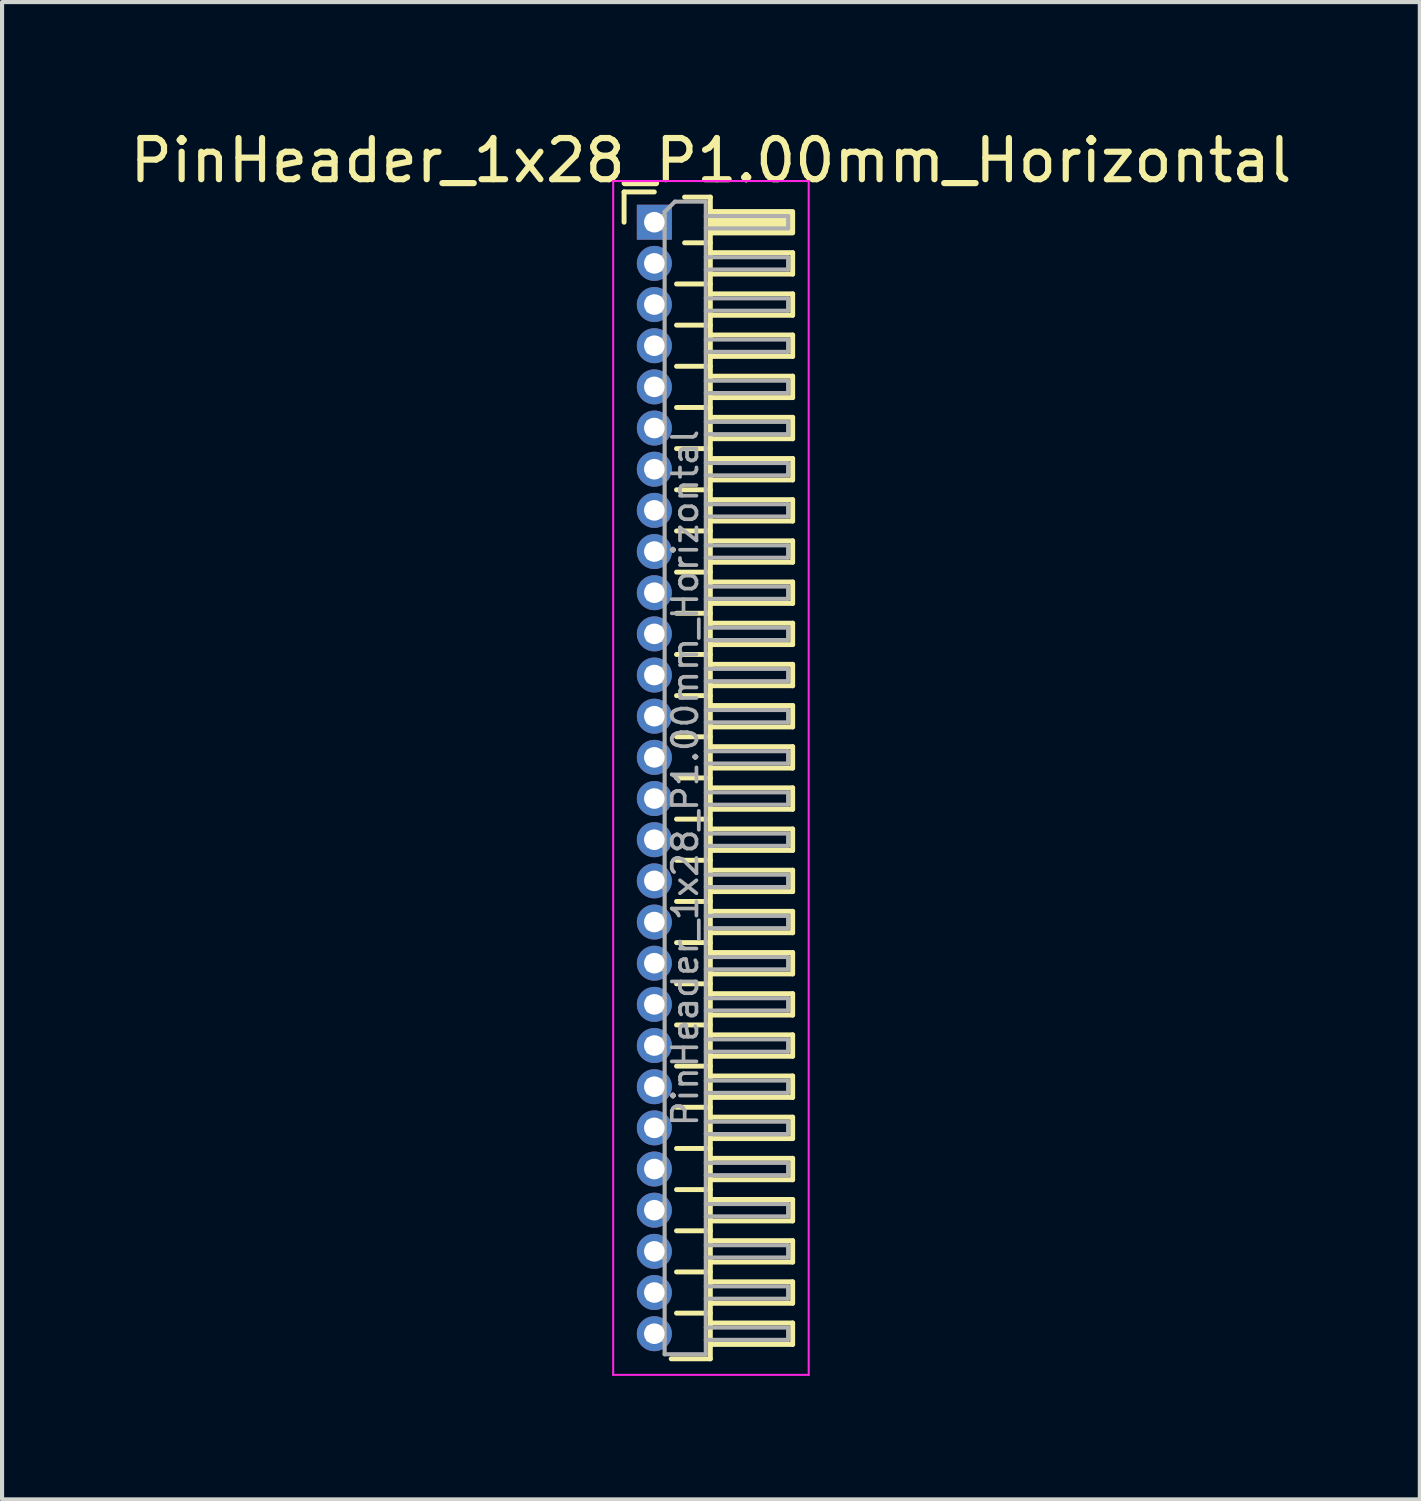
<source format=kicad_pcb>
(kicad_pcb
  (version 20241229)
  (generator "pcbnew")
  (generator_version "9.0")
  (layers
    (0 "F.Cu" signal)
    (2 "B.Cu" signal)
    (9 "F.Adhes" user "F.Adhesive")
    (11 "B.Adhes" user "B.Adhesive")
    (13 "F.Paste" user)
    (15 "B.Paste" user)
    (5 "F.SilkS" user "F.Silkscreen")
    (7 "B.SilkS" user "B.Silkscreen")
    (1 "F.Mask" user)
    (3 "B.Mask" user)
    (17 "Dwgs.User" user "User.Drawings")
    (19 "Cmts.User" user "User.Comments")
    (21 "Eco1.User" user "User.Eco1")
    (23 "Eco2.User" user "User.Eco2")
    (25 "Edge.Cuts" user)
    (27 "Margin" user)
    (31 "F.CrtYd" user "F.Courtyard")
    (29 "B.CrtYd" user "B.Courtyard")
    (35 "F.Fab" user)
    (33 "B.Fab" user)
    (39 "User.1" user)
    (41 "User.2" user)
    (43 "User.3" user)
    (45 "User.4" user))
  (footprint "PinHeader_1x28_P1.00mm_Horizontal"
    (layer "F.Cu")
    (at 12.845 2.348)
    (property "Reference" "PinHeader_1x28_P1.00mm_Horizontal" (at 1.375 -1.5 0) (layer "F.SilkS") (effects (font (size 1 1) (thickness 0.15))))
    (attr through_hole)
    (fp_line (start -0.735 -0.735) (end 0 -0.735) (stroke (width 0.12) (type solid)) (layer "F.SilkS"))
    (fp_line (start -0.735 0) (end -0.735 -0.735) (stroke (width 0.12) (type solid)) (layer "F.SilkS"))
    (fp_line (start 0.539 1.5) (end 1.36 1.5) (stroke (width 0.12) (type solid)) (layer "F.SilkS"))
    (fp_line (start 0.539 2.5) (end 1.36 2.5) (stroke (width 0.12) (type solid)) (layer "F.SilkS"))
    (fp_line (start 0.539 3.5) (end 1.36 3.5) (stroke (width 0.12) (type solid)) (layer "F.SilkS"))
    (fp_line (start 0.539 4.5) (end 1.36 4.5) (stroke (width 0.12) (type solid)) (layer "F.SilkS"))
    (fp_line (start 0.539 5.5) (end 1.36 5.5) (stroke (width 0.12) (type solid)) (layer "F.SilkS"))
    (fp_line (start 0.539 6.5) (end 1.36 6.5) (stroke (width 0.12) (type solid)) (layer "F.SilkS"))
    (fp_line (start 0.539 7.5) (end 1.36 7.5) (stroke (width 0.12) (type solid)) (layer "F.SilkS"))
    (fp_line (start 0.539 8.5) (end 1.36 8.5) (stroke (width 0.12) (type solid)) (layer "F.SilkS"))
    (fp_line (start 0.539 9.5) (end 1.36 9.5) (stroke (width 0.12) (type solid)) (layer "F.SilkS"))
    (fp_line (start 0.539 10.5) (end 1.36 10.5) (stroke (width 0.12) (type solid)) (layer "F.SilkS"))
    (fp_line (start 0.539 11.5) (end 1.36 11.5) (stroke (width 0.12) (type solid)) (layer "F.SilkS"))
    (fp_line (start 0.539 12.5) (end 1.36 12.5) (stroke (width 0.12) (type solid)) (layer "F.SilkS"))
    (fp_line (start 0.539 13.5) (end 1.36 13.5) (stroke (width 0.12) (type solid)) (layer "F.SilkS"))
    (fp_line (start 0.539 14.5) (end 1.36 14.5) (stroke (width 0.12) (type solid)) (layer "F.SilkS"))
    (fp_line (start 0.539 15.5) (end 1.36 15.5) (stroke (width 0.12) (type solid)) (layer "F.SilkS"))
    (fp_line (start 0.539 16.5) (end 1.36 16.5) (stroke (width 0.12) (type solid)) (layer "F.SilkS"))
    (fp_line (start 0.539 17.5) (end 1.36 17.5) (stroke (width 0.12) (type solid)) (layer "F.SilkS"))
    (fp_line (start 0.539 18.5) (end 1.36 18.5) (stroke (width 0.12) (type solid)) (layer "F.SilkS"))
    (fp_line (start 0.539 19.5) (end 1.36 19.5) (stroke (width 0.12) (type solid)) (layer "F.SilkS"))
    (fp_line (start 0.539 20.5) (end 1.36 20.5) (stroke (width 0.12) (type solid)) (layer "F.SilkS"))
    (fp_line (start 0.539 21.5) (end 1.36 21.5) (stroke (width 0.12) (type solid)) (layer "F.SilkS"))
    (fp_line (start 0.539 22.5) (end 1.36 22.5) (stroke (width 0.12) (type solid)) (layer "F.SilkS"))
    (fp_line (start 0.539 23.5) (end 1.36 23.5) (stroke (width 0.12) (type solid)) (layer "F.SilkS"))
    (fp_line (start 0.539 24.5) (end 1.36 24.5) (stroke (width 0.12) (type solid)) (layer "F.SilkS"))
    (fp_line (start 0.539 25.5) (end 1.36 25.5) (stroke (width 0.12) (type solid)) (layer "F.SilkS"))
    (fp_line (start 0.539 26.5) (end 1.36 26.5) (stroke (width 0.12) (type solid)) (layer "F.SilkS"))
    (fp_line (start 0.735 -0.61) (end 1.36 -0.61) (stroke (width 0.12) (type solid)) (layer "F.SilkS"))
    (fp_line (start 0.735 0.5) (end 1.36 0.5) (stroke (width 0.12) (type solid)) (layer "F.SilkS"))
    (fp_line (start 1.36 -0.61) (end 1.36 27.61) (stroke (width 0.12) (type solid)) (layer "F.SilkS"))
    (fp_line (start 1.36 0.74) (end 3.36 0.74) (stroke (width 0.12) (type solid)) (layer "F.SilkS"))
    (fp_line (start 1.36 1.74) (end 3.36 1.74) (stroke (width 0.12) (type solid)) (layer "F.SilkS"))
    (fp_line (start 1.36 2.74) (end 3.36 2.74) (stroke (width 0.12) (type solid)) (layer "F.SilkS"))
    (fp_line (start 1.36 3.74) (end 3.36 3.74) (stroke (width 0.12) (type solid)) (layer "F.SilkS"))
    (fp_line (start 1.36 4.74) (end 3.36 4.74) (stroke (width 0.12) (type solid)) (layer "F.SilkS"))
    (fp_line (start 1.36 5.74) (end 3.36 5.74) (stroke (width 0.12) (type solid)) (layer "F.SilkS"))
    (fp_line (start 1.36 6.74) (end 3.36 6.74) (stroke (width 0.12) (type solid)) (layer "F.SilkS"))
    (fp_line (start 1.36 7.74) (end 3.36 7.74) (stroke (width 0.12) (type solid)) (layer "F.SilkS"))
    (fp_line (start 1.36 8.74) (end 3.36 8.74) (stroke (width 0.12) (type solid)) (layer "F.SilkS"))
    (fp_line (start 1.36 9.74) (end 3.36 9.74) (stroke (width 0.12) (type solid)) (layer "F.SilkS"))
    (fp_line (start 1.36 10.74) (end 3.36 10.74) (stroke (width 0.12) (type solid)) (layer "F.SilkS"))
    (fp_line (start 1.36 11.74) (end 3.36 11.74) (stroke (width 0.12) (type solid)) (layer "F.SilkS"))
    (fp_line (start 1.36 12.74) (end 3.36 12.74) (stroke (width 0.12) (type solid)) (layer "F.SilkS"))
    (fp_line (start 1.36 13.74) (end 3.36 13.74) (stroke (width 0.12) (type solid)) (layer "F.SilkS"))
    (fp_line (start 1.36 14.74) (end 3.36 14.74) (stroke (width 0.12) (type solid)) (layer "F.SilkS"))
    (fp_line (start 1.36 15.74) (end 3.36 15.74) (stroke (width 0.12) (type solid)) (layer "F.SilkS"))
    (fp_line (start 1.36 16.74) (end 3.36 16.74) (stroke (width 0.12) (type solid)) (layer "F.SilkS"))
    (fp_line (start 1.36 17.74) (end 3.36 17.74) (stroke (width 0.12) (type solid)) (layer "F.SilkS"))
    (fp_line (start 1.36 18.74) (end 3.36 18.74) (stroke (width 0.12) (type solid)) (layer "F.SilkS"))
    (fp_line (start 1.36 19.74) (end 3.36 19.74) (stroke (width 0.12) (type solid)) (layer "F.SilkS"))
    (fp_line (start 1.36 20.74) (end 3.36 20.74) (stroke (width 0.12) (type solid)) (layer "F.SilkS"))
    (fp_line (start 1.36 21.74) (end 3.36 21.74) (stroke (width 0.12) (type solid)) (layer "F.SilkS"))
    (fp_line (start 1.36 22.74) (end 3.36 22.74) (stroke (width 0.12) (type solid)) (layer "F.SilkS"))
    (fp_line (start 1.36 23.74) (end 3.36 23.74) (stroke (width 0.12) (type solid)) (layer "F.SilkS"))
    (fp_line (start 1.36 24.74) (end 3.36 24.74) (stroke (width 0.12) (type solid)) (layer "F.SilkS"))
    (fp_line (start 1.36 25.74) (end 3.36 25.74) (stroke (width 0.12) (type solid)) (layer "F.SilkS"))
    (fp_line (start 1.36 26.74) (end 3.36 26.74) (stroke (width 0.12) (type solid)) (layer "F.SilkS"))
    (fp_line (start 1.36 27.61) (end 0.41 27.61) (stroke (width 0.12) (type solid)) (layer "F.SilkS"))
    (fp_line (start 3.36 0.74) (end 3.36 1.26) (stroke (width 0.12) (type solid)) (layer "F.SilkS"))
    (fp_line (start 3.36 1.26) (end 1.36 1.26) (stroke (width 0.12) (type solid)) (layer "F.SilkS"))
    (fp_line (start 3.36 1.74) (end 3.36 2.26) (stroke (width 0.12) (type solid)) (layer "F.SilkS"))
    (fp_line (start 3.36 2.26) (end 1.36 2.26) (stroke (width 0.12) (type solid)) (layer "F.SilkS"))
    (fp_line (start 3.36 2.74) (end 3.36 3.26) (stroke (width 0.12) (type solid)) (layer "F.SilkS"))
    (fp_line (start 3.36 3.26) (end 1.36 3.26) (stroke (width 0.12) (type solid)) (layer "F.SilkS"))
    (fp_line (start 3.36 3.74) (end 3.36 4.26) (stroke (width 0.12) (type solid)) (layer "F.SilkS"))
    (fp_line (start 3.36 4.26) (end 1.36 4.26) (stroke (width 0.12) (type solid)) (layer "F.SilkS"))
    (fp_line (start 3.36 4.74) (end 3.36 5.26) (stroke (width 0.12) (type solid)) (layer "F.SilkS"))
    (fp_line (start 3.36 5.26) (end 1.36 5.26) (stroke (width 0.12) (type solid)) (layer "F.SilkS"))
    (fp_line (start 3.36 5.74) (end 3.36 6.26) (stroke (width 0.12) (type solid)) (layer "F.SilkS"))
    (fp_line (start 3.36 6.26) (end 1.36 6.26) (stroke (width 0.12) (type solid)) (layer "F.SilkS"))
    (fp_line (start 3.36 6.74) (end 3.36 7.26) (stroke (width 0.12) (type solid)) (layer "F.SilkS"))
    (fp_line (start 3.36 7.26) (end 1.36 7.26) (stroke (width 0.12) (type solid)) (layer "F.SilkS"))
    (fp_line (start 3.36 7.74) (end 3.36 8.26) (stroke (width 0.12) (type solid)) (layer "F.SilkS"))
    (fp_line (start 3.36 8.26) (end 1.36 8.26) (stroke (width 0.12) (type solid)) (layer "F.SilkS"))
    (fp_line (start 3.36 8.74) (end 3.36 9.26) (stroke (width 0.12) (type solid)) (layer "F.SilkS"))
    (fp_line (start 3.36 9.26) (end 1.36 9.26) (stroke (width 0.12) (type solid)) (layer "F.SilkS"))
    (fp_line (start 3.36 9.74) (end 3.36 10.26) (stroke (width 0.12) (type solid)) (layer "F.SilkS"))
    (fp_line (start 3.36 10.26) (end 1.36 10.26) (stroke (width 0.12) (type solid)) (layer "F.SilkS"))
    (fp_line (start 3.36 10.74) (end 3.36 11.26) (stroke (width 0.12) (type solid)) (layer "F.SilkS"))
    (fp_line (start 3.36 11.26) (end 1.36 11.26) (stroke (width 0.12) (type solid)) (layer "F.SilkS"))
    (fp_line (start 3.36 11.74) (end 3.36 12.26) (stroke (width 0.12) (type solid)) (layer "F.SilkS"))
    (fp_line (start 3.36 12.26) (end 1.36 12.26) (stroke (width 0.12) (type solid)) (layer "F.SilkS"))
    (fp_line (start 3.36 12.74) (end 3.36 13.26) (stroke (width 0.12) (type solid)) (layer "F.SilkS"))
    (fp_line (start 3.36 13.26) (end 1.36 13.26) (stroke (width 0.12) (type solid)) (layer "F.SilkS"))
    (fp_line (start 3.36 13.74) (end 3.36 14.26) (stroke (width 0.12) (type solid)) (layer "F.SilkS"))
    (fp_line (start 3.36 14.26) (end 1.36 14.26) (stroke (width 0.12) (type solid)) (layer "F.SilkS"))
    (fp_line (start 3.36 14.74) (end 3.36 15.26) (stroke (width 0.12) (type solid)) (layer "F.SilkS"))
    (fp_line (start 3.36 15.26) (end 1.36 15.26) (stroke (width 0.12) (type solid)) (layer "F.SilkS"))
    (fp_line (start 3.36 15.74) (end 3.36 16.26) (stroke (width 0.12) (type solid)) (layer "F.SilkS"))
    (fp_line (start 3.36 16.26) (end 1.36 16.26) (stroke (width 0.12) (type solid)) (layer "F.SilkS"))
    (fp_line (start 3.36 16.74) (end 3.36 17.26) (stroke (width 0.12) (type solid)) (layer "F.SilkS"))
    (fp_line (start 3.36 17.26) (end 1.36 17.26) (stroke (width 0.12) (type solid)) (layer "F.SilkS"))
    (fp_line (start 3.36 17.74) (end 3.36 18.26) (stroke (width 0.12) (type solid)) (layer "F.SilkS"))
    (fp_line (start 3.36 18.26) (end 1.36 18.26) (stroke (width 0.12) (type solid)) (layer "F.SilkS"))
    (fp_line (start 3.36 18.74) (end 3.36 19.26) (stroke (width 0.12) (type solid)) (layer "F.SilkS"))
    (fp_line (start 3.36 19.26) (end 1.36 19.26) (stroke (width 0.12) (type solid)) (layer "F.SilkS"))
    (fp_line (start 3.36 19.74) (end 3.36 20.26) (stroke (width 0.12) (type solid)) (layer "F.SilkS"))
    (fp_line (start 3.36 20.26) (end 1.36 20.26) (stroke (width 0.12) (type solid)) (layer "F.SilkS"))
    (fp_line (start 3.36 20.74) (end 3.36 21.26) (stroke (width 0.12) (type solid)) (layer "F.SilkS"))
    (fp_line (start 3.36 21.26) (end 1.36 21.26) (stroke (width 0.12) (type solid)) (layer "F.SilkS"))
    (fp_line (start 3.36 21.74) (end 3.36 22.26) (stroke (width 0.12) (type solid)) (layer "F.SilkS"))
    (fp_line (start 3.36 22.26) (end 1.36 22.26) (stroke (width 0.12) (type solid)) (layer "F.SilkS"))
    (fp_line (start 3.36 22.74) (end 3.36 23.26) (stroke (width 0.12) (type solid)) (layer "F.SilkS"))
    (fp_line (start 3.36 23.26) (end 1.36 23.26) (stroke (width 0.12) (type solid)) (layer "F.SilkS"))
    (fp_line (start 3.36 23.74) (end 3.36 24.26) (stroke (width 0.12) (type solid)) (layer "F.SilkS"))
    (fp_line (start 3.36 24.26) (end 1.36 24.26) (stroke (width 0.12) (type solid)) (layer "F.SilkS"))
    (fp_line (start 3.36 24.74) (end 3.36 25.26) (stroke (width 0.12) (type solid)) (layer "F.SilkS"))
    (fp_line (start 3.36 25.26) (end 1.36 25.26) (stroke (width 0.12) (type solid)) (layer "F.SilkS"))
    (fp_line (start 3.36 25.74) (end 3.36 26.26) (stroke (width 0.12) (type solid)) (layer "F.SilkS"))
    (fp_line (start 3.36 26.26) (end 1.36 26.26) (stroke (width 0.12) (type solid)) (layer "F.SilkS"))
    (fp_line (start 3.36 26.74) (end 3.36 27.26) (stroke (width 0.12) (type solid)) (layer "F.SilkS"))
    (fp_line (start 3.36 27.26) (end 1.36 27.26) (stroke (width 0.12) (type solid)) (layer "F.SilkS"))
    (fp_rect (start 1.36 -0.26) (end 3.36 0.26) (stroke (width 0.12) (type solid)) (fill yes) (layer "F.SilkS"))
    (fp_line (start -1 -1) (end -1 28) (stroke (width 0.05) (type solid)) (layer "F.CrtYd"))
    (fp_line (start -1 28) (end 3.75 28) (stroke (width 0.05) (type solid)) (layer "F.CrtYd"))
    (fp_line (start 3.75 -1) (end -1 -1) (stroke (width 0.05) (type solid)) (layer "F.CrtYd"))
    (fp_line (start 3.75 28) (end 3.75 -1) (stroke (width 0.05) (type solid)) (layer "F.CrtYd"))
    (fp_line (start -0.15 -0.15) (end -0.15 0.15) (stroke (width 0.1) (type solid)) (layer "F.Fab"))
    (fp_line (start -0.15 -0.15) (end 0.25 -0.15) (stroke (width 0.1) (type solid)) (layer "F.Fab"))
    (fp_line (start -0.15 0.15) (end 0.25 0.15) (stroke (width 0.1) (type solid)) (layer "F.Fab"))
    (fp_line (start -0.15 0.85) (end -0.15 1.15) (stroke (width 0.1) (type solid)) (layer "F.Fab"))
    (fp_line (start -0.15 0.85) (end 0.25 0.85) (stroke (width 0.1) (type solid)) (layer "F.Fab"))
    (fp_line (start -0.15 1.15) (end 0.25 1.15) (stroke (width 0.1) (type solid)) (layer "F.Fab"))
    (fp_line (start -0.15 1.85) (end -0.15 2.15) (stroke (width 0.1) (type solid)) (layer "F.Fab"))
    (fp_line (start -0.15 1.85) (end 0.25 1.85) (stroke (width 0.1) (type solid)) (layer "F.Fab"))
    (fp_line (start -0.15 2.15) (end 0.25 2.15) (stroke (width 0.1) (type solid)) (layer "F.Fab"))
    (fp_line (start -0.15 2.85) (end -0.15 3.15) (stroke (width 0.1) (type solid)) (layer "F.Fab"))
    (fp_line (start -0.15 2.85) (end 0.25 2.85) (stroke (width 0.1) (type solid)) (layer "F.Fab"))
    (fp_line (start -0.15 3.15) (end 0.25 3.15) (stroke (width 0.1) (type solid)) (layer "F.Fab"))
    (fp_line (start -0.15 3.85) (end -0.15 4.15) (stroke (width 0.1) (type solid)) (layer "F.Fab"))
    (fp_line (start -0.15 3.85) (end 0.25 3.85) (stroke (width 0.1) (type solid)) (layer "F.Fab"))
    (fp_line (start -0.15 4.15) (end 0.25 4.15) (stroke (width 0.1) (type solid)) (layer "F.Fab"))
    (fp_line (start -0.15 4.85) (end -0.15 5.15) (stroke (width 0.1) (type solid)) (layer "F.Fab"))
    (fp_line (start -0.15 4.85) (end 0.25 4.85) (stroke (width 0.1) (type solid)) (layer "F.Fab"))
    (fp_line (start -0.15 5.15) (end 0.25 5.15) (stroke (width 0.1) (type solid)) (layer "F.Fab"))
    (fp_line (start -0.15 5.85) (end -0.15 6.15) (stroke (width 0.1) (type solid)) (layer "F.Fab"))
    (fp_line (start -0.15 5.85) (end 0.25 5.85) (stroke (width 0.1) (type solid)) (layer "F.Fab"))
    (fp_line (start -0.15 6.15) (end 0.25 6.15) (stroke (width 0.1) (type solid)) (layer "F.Fab"))
    (fp_line (start -0.15 6.85) (end -0.15 7.15) (stroke (width 0.1) (type solid)) (layer "F.Fab"))
    (fp_line (start -0.15 6.85) (end 0.25 6.85) (stroke (width 0.1) (type solid)) (layer "F.Fab"))
    (fp_line (start -0.15 7.15) (end 0.25 7.15) (stroke (width 0.1) (type solid)) (layer "F.Fab"))
    (fp_line (start -0.15 7.85) (end -0.15 8.15) (stroke (width 0.1) (type solid)) (layer "F.Fab"))
    (fp_line (start -0.15 7.85) (end 0.25 7.85) (stroke (width 0.1) (type solid)) (layer "F.Fab"))
    (fp_line (start -0.15 8.15) (end 0.25 8.15) (stroke (width 0.1) (type solid)) (layer "F.Fab"))
    (fp_line (start -0.15 8.85) (end -0.15 9.15) (stroke (width 0.1) (type solid)) (layer "F.Fab"))
    (fp_line (start -0.15 8.85) (end 0.25 8.85) (stroke (width 0.1) (type solid)) (layer "F.Fab"))
    (fp_line (start -0.15 9.15) (end 0.25 9.15) (stroke (width 0.1) (type solid)) (layer "F.Fab"))
    (fp_line (start -0.15 9.85) (end -0.15 10.15) (stroke (width 0.1) (type solid)) (layer "F.Fab"))
    (fp_line (start -0.15 9.85) (end 0.25 9.85) (stroke (width 0.1) (type solid)) (layer "F.Fab"))
    (fp_line (start -0.15 10.15) (end 0.25 10.15) (stroke (width 0.1) (type solid)) (layer "F.Fab"))
    (fp_line (start -0.15 10.85) (end -0.15 11.15) (stroke (width 0.1) (type solid)) (layer "F.Fab"))
    (fp_line (start -0.15 10.85) (end 0.25 10.85) (stroke (width 0.1) (type solid)) (layer "F.Fab"))
    (fp_line (start -0.15 11.15) (end 0.25 11.15) (stroke (width 0.1) (type solid)) (layer "F.Fab"))
    (fp_line (start -0.15 11.85) (end -0.15 12.15) (stroke (width 0.1) (type solid)) (layer "F.Fab"))
    (fp_line (start -0.15 11.85) (end 0.25 11.85) (stroke (width 0.1) (type solid)) (layer "F.Fab"))
    (fp_line (start -0.15 12.15) (end 0.25 12.15) (stroke (width 0.1) (type solid)) (layer "F.Fab"))
    (fp_line (start -0.15 12.85) (end -0.15 13.15) (stroke (width 0.1) (type solid)) (layer "F.Fab"))
    (fp_line (start -0.15 12.85) (end 0.25 12.85) (stroke (width 0.1) (type solid)) (layer "F.Fab"))
    (fp_line (start -0.15 13.15) (end 0.25 13.15) (stroke (width 0.1) (type solid)) (layer "F.Fab"))
    (fp_line (start -0.15 13.85) (end -0.15 14.15) (stroke (width 0.1) (type solid)) (layer "F.Fab"))
    (fp_line (start -0.15 13.85) (end 0.25 13.85) (stroke (width 0.1) (type solid)) (layer "F.Fab"))
    (fp_line (start -0.15 14.15) (end 0.25 14.15) (stroke (width 0.1) (type solid)) (layer "F.Fab"))
    (fp_line (start -0.15 14.85) (end -0.15 15.15) (stroke (width 0.1) (type solid)) (layer "F.Fab"))
    (fp_line (start -0.15 14.85) (end 0.25 14.85) (stroke (width 0.1) (type solid)) (layer "F.Fab"))
    (fp_line (start -0.15 15.15) (end 0.25 15.15) (stroke (width 0.1) (type solid)) (layer "F.Fab"))
    (fp_line (start -0.15 15.85) (end -0.15 16.15) (stroke (width 0.1) (type solid)) (layer "F.Fab"))
    (fp_line (start -0.15 15.85) (end 0.25 15.85) (stroke (width 0.1) (type solid)) (layer "F.Fab"))
    (fp_line (start -0.15 16.15) (end 0.25 16.15) (stroke (width 0.1) (type solid)) (layer "F.Fab"))
    (fp_line (start -0.15 16.85) (end -0.15 17.15) (stroke (width 0.1) (type solid)) (layer "F.Fab"))
    (fp_line (start -0.15 16.85) (end 0.25 16.85) (stroke (width 0.1) (type solid)) (layer "F.Fab"))
    (fp_line (start -0.15 17.15) (end 0.25 17.15) (stroke (width 0.1) (type solid)) (layer "F.Fab"))
    (fp_line (start -0.15 17.85) (end -0.15 18.15) (stroke (width 0.1) (type solid)) (layer "F.Fab"))
    (fp_line (start -0.15 17.85) (end 0.25 17.85) (stroke (width 0.1) (type solid)) (layer "F.Fab"))
    (fp_line (start -0.15 18.15) (end 0.25 18.15) (stroke (width 0.1) (type solid)) (layer "F.Fab"))
    (fp_line (start -0.15 18.85) (end -0.15 19.15) (stroke (width 0.1) (type solid)) (layer "F.Fab"))
    (fp_line (start -0.15 18.85) (end 0.25 18.85) (stroke (width 0.1) (type solid)) (layer "F.Fab"))
    (fp_line (start -0.15 19.15) (end 0.25 19.15) (stroke (width 0.1) (type solid)) (layer "F.Fab"))
    (fp_line (start -0.15 19.85) (end -0.15 20.15) (stroke (width 0.1) (type solid)) (layer "F.Fab"))
    (fp_line (start -0.15 19.85) (end 0.25 19.85) (stroke (width 0.1) (type solid)) (layer "F.Fab"))
    (fp_line (start -0.15 20.15) (end 0.25 20.15) (stroke (width 0.1) (type solid)) (layer "F.Fab"))
    (fp_line (start -0.15 20.85) (end -0.15 21.15) (stroke (width 0.1) (type solid)) (layer "F.Fab"))
    (fp_line (start -0.15 20.85) (end 0.25 20.85) (stroke (width 0.1) (type solid)) (layer "F.Fab"))
    (fp_line (start -0.15 21.15) (end 0.25 21.15) (stroke (width 0.1) (type solid)) (layer "F.Fab"))
    (fp_line (start -0.15 21.85) (end -0.15 22.15) (stroke (width 0.1) (type solid)) (layer "F.Fab"))
    (fp_line (start -0.15 21.85) (end 0.25 21.85) (stroke (width 0.1) (type solid)) (layer "F.Fab"))
    (fp_line (start -0.15 22.15) (end 0.25 22.15) (stroke (width 0.1) (type solid)) (layer "F.Fab"))
    (fp_line (start -0.15 22.85) (end -0.15 23.15) (stroke (width 0.1) (type solid)) (layer "F.Fab"))
    (fp_line (start -0.15 22.85) (end 0.25 22.85) (stroke (width 0.1) (type solid)) (layer "F.Fab"))
    (fp_line (start -0.15 23.15) (end 0.25 23.15) (stroke (width 0.1) (type solid)) (layer "F.Fab"))
    (fp_line (start -0.15 23.85) (end -0.15 24.15) (stroke (width 0.1) (type solid)) (layer "F.Fab"))
    (fp_line (start -0.15 23.85) (end 0.25 23.85) (stroke (width 0.1) (type solid)) (layer "F.Fab"))
    (fp_line (start -0.15 24.15) (end 0.25 24.15) (stroke (width 0.1) (type solid)) (layer "F.Fab"))
    (fp_line (start -0.15 24.85) (end -0.15 25.15) (stroke (width 0.1) (type solid)) (layer "F.Fab"))
    (fp_line (start -0.15 24.85) (end 0.25 24.85) (stroke (width 0.1) (type solid)) (layer "F.Fab"))
    (fp_line (start -0.15 25.15) (end 0.25 25.15) (stroke (width 0.1) (type solid)) (layer "F.Fab"))
    (fp_line (start -0.15 25.85) (end -0.15 26.15) (stroke (width 0.1) (type solid)) (layer "F.Fab"))
    (fp_line (start -0.15 25.85) (end 0.25 25.85) (stroke (width 0.1) (type solid)) (layer "F.Fab"))
    (fp_line (start -0.15 26.15) (end 0.25 26.15) (stroke (width 0.1) (type solid)) (layer "F.Fab"))
    (fp_line (start -0.15 26.85) (end -0.15 27.15) (stroke (width 0.1) (type solid)) (layer "F.Fab"))
    (fp_line (start -0.15 26.85) (end 0.25 26.85) (stroke (width 0.1) (type solid)) (layer "F.Fab"))
    (fp_line (start -0.15 27.15) (end 0.25 27.15) (stroke (width 0.1) (type solid)) (layer "F.Fab"))
    (fp_line (start 0.25 -0.25) (end 0.5 -0.5) (stroke (width 0.1) (type solid)) (layer "F.Fab"))
    (fp_line (start 0.25 27.5) (end 0.25 -0.25) (stroke (width 0.1) (type solid)) (layer "F.Fab"))
    (fp_line (start 0.5 -0.5) (end 1.25 -0.5) (stroke (width 0.1) (type solid)) (layer "F.Fab"))
    (fp_line (start 1.25 -0.5) (end 1.25 27.5) (stroke (width 0.1) (type solid)) (layer "F.Fab"))
    (fp_line (start 1.25 -0.15) (end 3.25 -0.15) (stroke (width 0.1) (type solid)) (layer "F.Fab"))
    (fp_line (start 1.25 0.15) (end 3.25 0.15) (stroke (width 0.1) (type solid)) (layer "F.Fab"))
    (fp_line (start 1.25 0.85) (end 3.25 0.85) (stroke (width 0.1) (type solid)) (layer "F.Fab"))
    (fp_line (start 1.25 1.15) (end 3.25 1.15) (stroke (width 0.1) (type solid)) (layer "F.Fab"))
    (fp_line (start 1.25 1.85) (end 3.25 1.85) (stroke (width 0.1) (type solid)) (layer "F.Fab"))
    (fp_line (start 1.25 2.15) (end 3.25 2.15) (stroke (width 0.1) (type solid)) (layer "F.Fab"))
    (fp_line (start 1.25 2.85) (end 3.25 2.85) (stroke (width 0.1) (type solid)) (layer "F.Fab"))
    (fp_line (start 1.25 3.15) (end 3.25 3.15) (stroke (width 0.1) (type solid)) (layer "F.Fab"))
    (fp_line (start 1.25 3.85) (end 3.25 3.85) (stroke (width 0.1) (type solid)) (layer "F.Fab"))
    (fp_line (start 1.25 4.15) (end 3.25 4.15) (stroke (width 0.1) (type solid)) (layer "F.Fab"))
    (fp_line (start 1.25 4.85) (end 3.25 4.85) (stroke (width 0.1) (type solid)) (layer "F.Fab"))
    (fp_line (start 1.25 5.15) (end 3.25 5.15) (stroke (width 0.1) (type solid)) (layer "F.Fab"))
    (fp_line (start 1.25 5.85) (end 3.25 5.85) (stroke (width 0.1) (type solid)) (layer "F.Fab"))
    (fp_line (start 1.25 6.15) (end 3.25 6.15) (stroke (width 0.1) (type solid)) (layer "F.Fab"))
    (fp_line (start 1.25 6.85) (end 3.25 6.85) (stroke (width 0.1) (type solid)) (layer "F.Fab"))
    (fp_line (start 1.25 7.15) (end 3.25 7.15) (stroke (width 0.1) (type solid)) (layer "F.Fab"))
    (fp_line (start 1.25 7.85) (end 3.25 7.85) (stroke (width 0.1) (type solid)) (layer "F.Fab"))
    (fp_line (start 1.25 8.15) (end 3.25 8.15) (stroke (width 0.1) (type solid)) (layer "F.Fab"))
    (fp_line (start 1.25 8.85) (end 3.25 8.85) (stroke (width 0.1) (type solid)) (layer "F.Fab"))
    (fp_line (start 1.25 9.15) (end 3.25 9.15) (stroke (width 0.1) (type solid)) (layer "F.Fab"))
    (fp_line (start 1.25 9.85) (end 3.25 9.85) (stroke (width 0.1) (type solid)) (layer "F.Fab"))
    (fp_line (start 1.25 10.15) (end 3.25 10.15) (stroke (width 0.1) (type solid)) (layer "F.Fab"))
    (fp_line (start 1.25 10.85) (end 3.25 10.85) (stroke (width 0.1) (type solid)) (layer "F.Fab"))
    (fp_line (start 1.25 11.15) (end 3.25 11.15) (stroke (width 0.1) (type solid)) (layer "F.Fab"))
    (fp_line (start 1.25 11.85) (end 3.25 11.85) (stroke (width 0.1) (type solid)) (layer "F.Fab"))
    (fp_line (start 1.25 12.15) (end 3.25 12.15) (stroke (width 0.1) (type solid)) (layer "F.Fab"))
    (fp_line (start 1.25 12.85) (end 3.25 12.85) (stroke (width 0.1) (type solid)) (layer "F.Fab"))
    (fp_line (start 1.25 13.15) (end 3.25 13.15) (stroke (width 0.1) (type solid)) (layer "F.Fab"))
    (fp_line (start 1.25 13.85) (end 3.25 13.85) (stroke (width 0.1) (type solid)) (layer "F.Fab"))
    (fp_line (start 1.25 14.15) (end 3.25 14.15) (stroke (width 0.1) (type solid)) (layer "F.Fab"))
    (fp_line (start 1.25 14.85) (end 3.25 14.85) (stroke (width 0.1) (type solid)) (layer "F.Fab"))
    (fp_line (start 1.25 15.15) (end 3.25 15.15) (stroke (width 0.1) (type solid)) (layer "F.Fab"))
    (fp_line (start 1.25 15.85) (end 3.25 15.85) (stroke (width 0.1) (type solid)) (layer "F.Fab"))
    (fp_line (start 1.25 16.15) (end 3.25 16.15) (stroke (width 0.1) (type solid)) (layer "F.Fab"))
    (fp_line (start 1.25 16.85) (end 3.25 16.85) (stroke (width 0.1) (type solid)) (layer "F.Fab"))
    (fp_line (start 1.25 17.15) (end 3.25 17.15) (stroke (width 0.1) (type solid)) (layer "F.Fab"))
    (fp_line (start 1.25 17.85) (end 3.25 17.85) (stroke (width 0.1) (type solid)) (layer "F.Fab"))
    (fp_line (start 1.25 18.15) (end 3.25 18.15) (stroke (width 0.1) (type solid)) (layer "F.Fab"))
    (fp_line (start 1.25 18.85) (end 3.25 18.85) (stroke (width 0.1) (type solid)) (layer "F.Fab"))
    (fp_line (start 1.25 19.15) (end 3.25 19.15) (stroke (width 0.1) (type solid)) (layer "F.Fab"))
    (fp_line (start 1.25 19.85) (end 3.25 19.85) (stroke (width 0.1) (type solid)) (layer "F.Fab"))
    (fp_line (start 1.25 20.15) (end 3.25 20.15) (stroke (width 0.1) (type solid)) (layer "F.Fab"))
    (fp_line (start 1.25 20.85) (end 3.25 20.85) (stroke (width 0.1) (type solid)) (layer "F.Fab"))
    (fp_line (start 1.25 21.15) (end 3.25 21.15) (stroke (width 0.1) (type solid)) (layer "F.Fab"))
    (fp_line (start 1.25 21.85) (end 3.25 21.85) (stroke (width 0.1) (type solid)) (layer "F.Fab"))
    (fp_line (start 1.25 22.15) (end 3.25 22.15) (stroke (width 0.1) (type solid)) (layer "F.Fab"))
    (fp_line (start 1.25 22.85) (end 3.25 22.85) (stroke (width 0.1) (type solid)) (layer "F.Fab"))
    (fp_line (start 1.25 23.15) (end 3.25 23.15) (stroke (width 0.1) (type solid)) (layer "F.Fab"))
    (fp_line (start 1.25 23.85) (end 3.25 23.85) (stroke (width 0.1) (type solid)) (layer "F.Fab"))
    (fp_line (start 1.25 24.15) (end 3.25 24.15) (stroke (width 0.1) (type solid)) (layer "F.Fab"))
    (fp_line (start 1.25 24.85) (end 3.25 24.85) (stroke (width 0.1) (type solid)) (layer "F.Fab"))
    (fp_line (start 1.25 25.15) (end 3.25 25.15) (stroke (width 0.1) (type solid)) (layer "F.Fab"))
    (fp_line (start 1.25 25.85) (end 3.25 25.85) (stroke (width 0.1) (type solid)) (layer "F.Fab"))
    (fp_line (start 1.25 26.15) (end 3.25 26.15) (stroke (width 0.1) (type solid)) (layer "F.Fab"))
    (fp_line (start 1.25 26.85) (end 3.25 26.85) (stroke (width 0.1) (type solid)) (layer "F.Fab"))
    (fp_line (start 1.25 27.15) (end 3.25 27.15) (stroke (width 0.1) (type solid)) (layer "F.Fab"))
    (fp_line (start 1.25 27.5) (end 0.25 27.5) (stroke (width 0.1) (type solid)) (layer "F.Fab"))
    (fp_line (start 3.25 -0.15) (end 3.25 0.15) (stroke (width 0.1) (type solid)) (layer "F.Fab"))
    (fp_line (start 3.25 0.85) (end 3.25 1.15) (stroke (width 0.1) (type solid)) (layer "F.Fab"))
    (fp_line (start 3.25 1.85) (end 3.25 2.15) (stroke (width 0.1) (type solid)) (layer "F.Fab"))
    (fp_line (start 3.25 2.85) (end 3.25 3.15) (stroke (width 0.1) (type solid)) (layer "F.Fab"))
    (fp_line (start 3.25 3.85) (end 3.25 4.15) (stroke (width 0.1) (type solid)) (layer "F.Fab"))
    (fp_line (start 3.25 4.85) (end 3.25 5.15) (stroke (width 0.1) (type solid)) (layer "F.Fab"))
    (fp_line (start 3.25 5.85) (end 3.25 6.15) (stroke (width 0.1) (type solid)) (layer "F.Fab"))
    (fp_line (start 3.25 6.85) (end 3.25 7.15) (stroke (width 0.1) (type solid)) (layer "F.Fab"))
    (fp_line (start 3.25 7.85) (end 3.25 8.15) (stroke (width 0.1) (type solid)) (layer "F.Fab"))
    (fp_line (start 3.25 8.85) (end 3.25 9.15) (stroke (width 0.1) (type solid)) (layer "F.Fab"))
    (fp_line (start 3.25 9.85) (end 3.25 10.15) (stroke (width 0.1) (type solid)) (layer "F.Fab"))
    (fp_line (start 3.25 10.85) (end 3.25 11.15) (stroke (width 0.1) (type solid)) (layer "F.Fab"))
    (fp_line (start 3.25 11.85) (end 3.25 12.15) (stroke (width 0.1) (type solid)) (layer "F.Fab"))
    (fp_line (start 3.25 12.85) (end 3.25 13.15) (stroke (width 0.1) (type solid)) (layer "F.Fab"))
    (fp_line (start 3.25 13.85) (end 3.25 14.15) (stroke (width 0.1) (type solid)) (layer "F.Fab"))
    (fp_line (start 3.25 14.85) (end 3.25 15.15) (stroke (width 0.1) (type solid)) (layer "F.Fab"))
    (fp_line (start 3.25 15.85) (end 3.25 16.15) (stroke (width 0.1) (type solid)) (layer "F.Fab"))
    (fp_line (start 3.25 16.85) (end 3.25 17.15) (stroke (width 0.1) (type solid)) (layer "F.Fab"))
    (fp_line (start 3.25 17.85) (end 3.25 18.15) (stroke (width 0.1) (type solid)) (layer "F.Fab"))
    (fp_line (start 3.25 18.85) (end 3.25 19.15) (stroke (width 0.1) (type solid)) (layer "F.Fab"))
    (fp_line (start 3.25 19.85) (end 3.25 20.15) (stroke (width 0.1) (type solid)) (layer "F.Fab"))
    (fp_line (start 3.25 20.85) (end 3.25 21.15) (stroke (width 0.1) (type solid)) (layer "F.Fab"))
    (fp_line (start 3.25 21.85) (end 3.25 22.15) (stroke (width 0.1) (type solid)) (layer "F.Fab"))
    (fp_line (start 3.25 22.85) (end 3.25 23.15) (stroke (width 0.1) (type solid)) (layer "F.Fab"))
    (fp_line (start 3.25 23.85) (end 3.25 24.15) (stroke (width 0.1) (type solid)) (layer "F.Fab"))
    (fp_line (start 3.25 24.85) (end 3.25 25.15) (stroke (width 0.1) (type solid)) (layer "F.Fab"))
    (fp_line (start 3.25 25.85) (end 3.25 26.15) (stroke (width 0.1) (type solid)) (layer "F.Fab"))
    (fp_line (start 3.25 26.85) (end 3.25 27.15) (stroke (width 0.1) (type solid)) (layer "F.Fab"))
    (fp_text user "${REFERENCE}" (at 0.75 13.5 90) (layer "F.Fab") (effects (font (size 0.6 0.6) (thickness 0.09))))
    (pad "1" thru_hole rect (at 0 0) (size 0.85 0.85) (drill 0.5) (layers "*.Cu" "*.Mask"))
    (pad "2" thru_hole circle (at 0 1) (size 0.85 0.85) (drill 0.5) (layers "*.Cu" "*.Mask"))
    (pad "3" thru_hole circle (at 0 2) (size 0.85 0.85) (drill 0.5) (layers "*.Cu" "*.Mask"))
    (pad "4" thru_hole circle (at 0 3) (size 0.85 0.85) (drill 0.5) (layers "*.Cu" "*.Mask"))
    (pad "5" thru_hole circle (at 0 4) (size 0.85 0.85) (drill 0.5) (layers "*.Cu" "*.Mask"))
    (pad "6" thru_hole circle (at 0 5) (size 0.85 0.85) (drill 0.5) (layers "*.Cu" "*.Mask"))
    (pad "7" thru_hole circle (at 0 6) (size 0.85 0.85) (drill 0.5) (layers "*.Cu" "*.Mask"))
    (pad "8" thru_hole circle (at 0 7) (size 0.85 0.85) (drill 0.5) (layers "*.Cu" "*.Mask"))
    (pad "9" thru_hole circle (at 0 8) (size 0.85 0.85) (drill 0.5) (layers "*.Cu" "*.Mask"))
    (pad "10" thru_hole circle (at 0 9) (size 0.85 0.85) (drill 0.5) (layers "*.Cu" "*.Mask"))
    (pad "11" thru_hole circle (at 0 10) (size 0.85 0.85) (drill 0.5) (layers "*.Cu" "*.Mask"))
    (pad "12" thru_hole circle (at 0 11) (size 0.85 0.85) (drill 0.5) (layers "*.Cu" "*.Mask"))
    (pad "13" thru_hole circle (at 0 12) (size 0.85 0.85) (drill 0.5) (layers "*.Cu" "*.Mask"))
    (pad "14" thru_hole circle (at 0 13) (size 0.85 0.85) (drill 0.5) (layers "*.Cu" "*.Mask"))
    (pad "15" thru_hole circle (at 0 14) (size 0.85 0.85) (drill 0.5) (layers "*.Cu" "*.Mask"))
    (pad "16" thru_hole circle (at 0 15) (size 0.85 0.85) (drill 0.5) (layers "*.Cu" "*.Mask"))
    (pad "17" thru_hole circle (at 0 16) (size 0.85 0.85) (drill 0.5) (layers "*.Cu" "*.Mask"))
    (pad "18" thru_hole circle (at 0 17) (size 0.85 0.85) (drill 0.5) (layers "*.Cu" "*.Mask"))
    (pad "19" thru_hole circle (at 0 18) (size 0.85 0.85) (drill 0.5) (layers "*.Cu" "*.Mask"))
    (pad "20" thru_hole circle (at 0 19) (size 0.85 0.85) (drill 0.5) (layers "*.Cu" "*.Mask"))
    (pad "21" thru_hole circle (at 0 20) (size 0.85 0.85) (drill 0.5) (layers "*.Cu" "*.Mask"))
    (pad "22" thru_hole circle (at 0 21) (size 0.85 0.85) (drill 0.5) (layers "*.Cu" "*.Mask"))
    (pad "23" thru_hole circle (at 0 22) (size 0.85 0.85) (drill 0.5) (layers "*.Cu" "*.Mask"))
    (pad "24" thru_hole circle (at 0 23) (size 0.85 0.85) (drill 0.5) (layers "*.Cu" "*.Mask"))
    (pad "25" thru_hole circle (at 0 24) (size 0.85 0.85) (drill 0.5) (layers "*.Cu" "*.Mask"))
    (pad "26" thru_hole circle (at 0 25) (size 0.85 0.85) (drill 0.5) (layers "*.Cu" "*.Mask"))
    (pad "27" thru_hole circle (at 0 26) (size 0.85 0.85) (drill 0.5) (layers "*.Cu" "*.Mask"))
    (pad "28" thru_hole circle (at 0 27) (size 0.85 0.85) (drill 0.5) (layers "*.Cu" "*.Mask")))
  (gr_rect
    (start -3 -3)
    (end 31.44 33.373)
    (stroke (width 0.1) (type default))
    (fill no)
    (layer "Edge.Cuts")))
</source>
